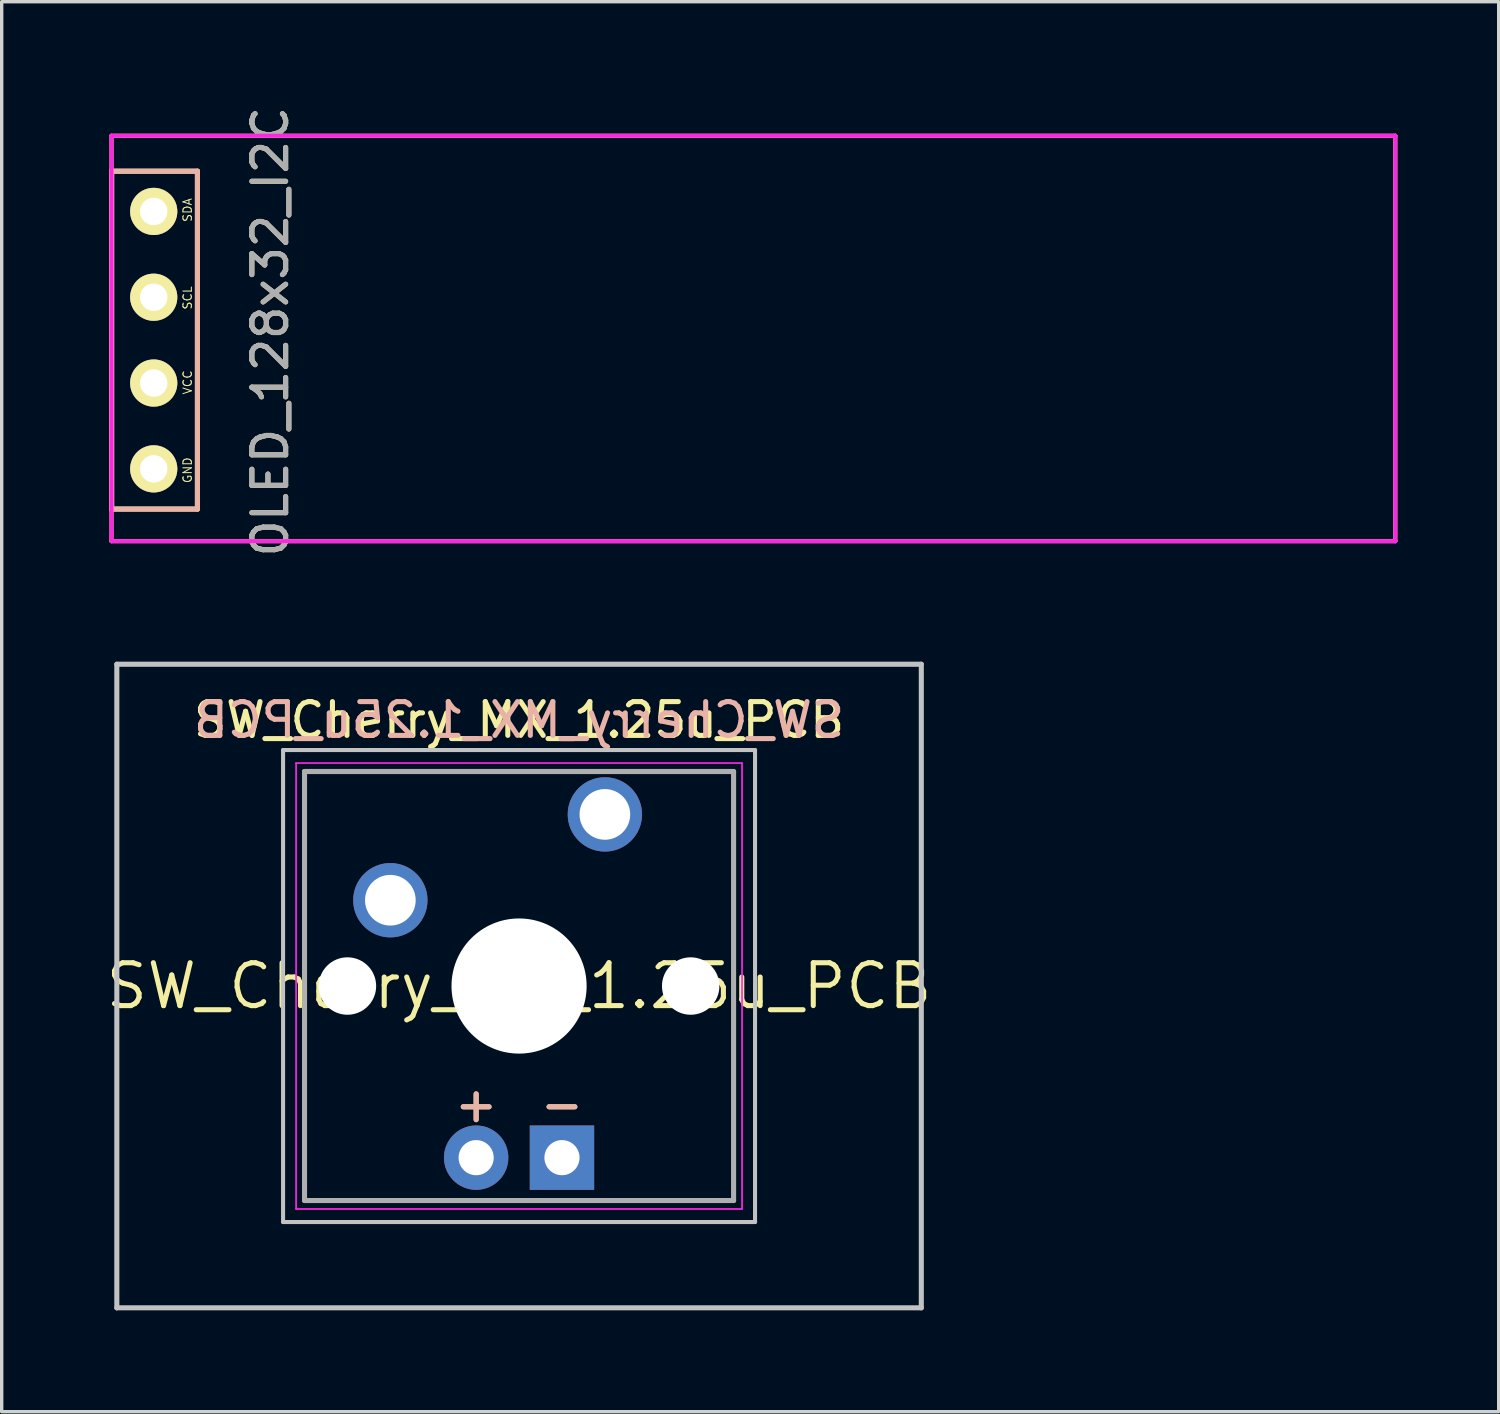
<source format=kicad_pcb>
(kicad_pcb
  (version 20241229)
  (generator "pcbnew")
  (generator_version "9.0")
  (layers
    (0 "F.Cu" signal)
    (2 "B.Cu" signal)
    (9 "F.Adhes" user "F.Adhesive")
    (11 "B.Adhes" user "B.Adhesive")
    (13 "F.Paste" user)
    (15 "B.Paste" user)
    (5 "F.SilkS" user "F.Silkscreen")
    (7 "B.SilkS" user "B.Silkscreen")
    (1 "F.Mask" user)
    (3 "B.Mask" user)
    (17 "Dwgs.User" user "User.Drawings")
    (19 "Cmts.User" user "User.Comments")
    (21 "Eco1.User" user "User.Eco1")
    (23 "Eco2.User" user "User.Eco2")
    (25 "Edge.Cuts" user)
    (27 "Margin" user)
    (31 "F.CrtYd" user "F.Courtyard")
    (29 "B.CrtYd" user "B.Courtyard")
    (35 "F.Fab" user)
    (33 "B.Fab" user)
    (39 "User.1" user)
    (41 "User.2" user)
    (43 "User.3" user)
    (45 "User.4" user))
  (footprint "SW_Cherry_MX_1.25u_PCB"
    (layer "F.Cu")
    (at 12.314 26.136)
    (property "Reference" "SW_Cherry_MX_1.25u_PCB" (at 0 0 0) (layer "F.SilkS") (effects (font (size 1.27 1.27) (thickness 0.15))))
    (attr through_hole)
    (fp_line (start -11.906 -9.525) (end 11.906 -9.525) (stroke (width 0.15) (type solid)) (layer "Dwgs.User"))
    (fp_line (start -11.906 9.525) (end -11.906 -9.525) (stroke (width 0.15) (type solid)) (layer "Dwgs.User"))
    (fp_line (start -11.906 9.525) (end 11.906 9.525) (stroke (width 0.15) (type solid)) (layer "Dwgs.User"))
    (fp_line (start -6.985 -6.985) (end 6.985 -6.985) (stroke (width 0.12) (type solid)) (layer "Dwgs.User"))
    (fp_line (start -6.985 6.985) (end -6.985 -6.985) (stroke (width 0.12) (type solid)) (layer "Dwgs.User"))
    (fp_line (start 6.985 -6.985) (end 6.985 6.985) (stroke (width 0.12) (type solid)) (layer "Dwgs.User"))
    (fp_line (start 6.985 6.985) (end -6.985 6.985) (stroke (width 0.12) (type solid)) (layer "Dwgs.User"))
    (fp_line (start 11.906 -9.525) (end 11.906 9.525) (stroke (width 0.15) (type solid)) (layer "Dwgs.User"))
    (fp_line (start -6.985 -6.985) (end 6.985 -6.985) (stroke (width 0.05) (type solid)) (layer "Eco1.User"))
    (fp_line (start -6.985 6.985) (end -6.985 -6.985) (stroke (width 0.05) (type solid)) (layer "Eco1.User"))
    (fp_line (start 6.985 -6.985) (end 6.985 6.985) (stroke (width 0.05) (type solid)) (layer "Eco1.User"))
    (fp_line (start 6.985 6.985) (end -6.985 6.985) (stroke (width 0.05) (type solid)) (layer "Eco1.User"))
    (fp_line (start -6.6 -6.6) (end 6.6 -6.6) (stroke (width 0.05) (type solid)) (layer "F.CrtYd"))
    (fp_line (start -6.6 6.6) (end -6.6 -6.6) (stroke (width 0.05) (type solid)) (layer "F.CrtYd"))
    (fp_line (start 6.6 -6.6) (end 6.6 6.6) (stroke (width 0.05) (type solid)) (layer "F.CrtYd"))
    (fp_line (start 6.6 6.6) (end -6.6 6.6) (stroke (width 0.05) (type solid)) (layer "F.CrtYd"))
    (fp_line (start -6.35 -6.35) (end 6.35 -6.35) (stroke (width 0.15) (type solid)) (layer "F.Fab"))
    (fp_line (start -6.35 6.35) (end -6.35 -6.35) (stroke (width 0.15) (type solid)) (layer "F.Fab"))
    (fp_line (start 6.35 -6.35) (end 6.35 6.35) (stroke (width 0.15) (type solid)) (layer "F.Fab"))
    (fp_line (start 6.35 6.35) (end -6.35 6.35) (stroke (width 0.15) (type solid)) (layer "F.Fab"))
    (fp_text user "+" (at -1.27 3.5 0) (layer "F.SilkS") (effects (font (size 1 1) (thickness 0.15))))
    (fp_text user "-" (at 1.27 3.5 0) (layer "F.SilkS") (effects (font (size 1 1) (thickness 0.15))))
    (fp_text user "${REFERENCE}" (at 0 -7.874 0) (layer "F.SilkS") (effects (font (size 1 1) (thickness 0.15))))
    (fp_text user "${REFERENCE}" (at 0 -7.874 0) (layer "B.SilkS") (effects (font (size 1 1) (thickness 0.15)) (justify mirror)))
    (fp_text user "+" (at -1.27 3.5 0) (layer "B.SilkS") (effects (font (size 1 1) (thickness 0.15))))
    (fp_text user "-" (at 1.27 3.5 0) (layer "B.SilkS") (effects (font (size 1 1) (thickness 0.15))))
    (pad "" np_thru_hole circle (at -5.08 0) (size 1.7 1.7) (drill 1.7) (layers "*.Cu" "*.Mask"))
    (pad "" np_thru_hole circle (at 0 0) (size 4 4) (drill 4) (layers "*.Cu" "*.Mask"))
    (pad "" np_thru_hole circle (at 5.08 0) (size 1.7 1.7) (drill 1.7) (layers "*.Cu" "*.Mask"))
    (pad "1" thru_hole circle (at 2.54 -5.08) (size 2.2 2.2) (drill 1.5) (layers "*.Cu" "*.Mask"))
    (pad "2" thru_hole circle (at -3.81 -2.54) (size 2.2 2.2) (drill 1.5) (layers "*.Cu" "*.Mask"))
    (pad "3" thru_hole circle (at -1.27 5.08) (size 1.905 1.905) (drill 1.04) (layers "*.Cu" "*.Mask"))
    (pad "4" thru_hole rect (at 1.27 5.08) (size 1.905 1.905) (drill 1.04) (layers "*.Cu" "*.Mask")))
  (footprint "OLED_128x32_I2C"
    (layer "F.Cu")
    (at 0.25 0.968)
    (property "Reference" "OLED_128x32_I2C" (at 4.7 5.8 90) (layer "F.SilkS") (effects (font (size 1 1) (thickness 0.15))))
    (attr through_hole)
    (fp_line (start 0 0) (end 38 0) (stroke (width 0.12) (type solid)) (layer "F.SilkS"))
    (fp_line (start 0 12) (end 0 0) (stroke (width 0.12) (type solid)) (layer "F.SilkS"))
    (fp_line (start 0.004 1.05) (end 2.544 1.05) (stroke (width 0.15) (type solid)) (layer "F.SilkS"))
    (fp_line (start 0.004 11.05) (end 0.004 1.05) (stroke (width 0.15) (type solid)) (layer "F.SilkS"))
    (fp_line (start 2.544 11.05) (end 0.004 11.05) (stroke (width 0.15) (type solid)) (layer "F.SilkS"))
    (fp_line (start 2.544 11.05) (end 2.544 1.05) (stroke (width 0.15) (type solid)) (layer "F.SilkS"))
    (fp_line (start 38 0) (end 38 12) (stroke (width 0.12) (type solid)) (layer "F.SilkS"))
    (fp_line (start 38 12) (end 0 12) (stroke (width 0.12) (type solid)) (layer "F.SilkS"))
    (fp_line (start 0.004 1.05) (end 2.544 1.05) (stroke (width 0.15) (type solid)) (layer "B.SilkS"))
    (fp_line (start 0.004 11.05) (end 0.004 1.05) (stroke (width 0.15) (type solid)) (layer "B.SilkS"))
    (fp_line (start 2.544 11.05) (end 0.004 11.05) (stroke (width 0.15) (type solid)) (layer "B.SilkS"))
    (fp_line (start 2.544 11.05) (end 2.544 1.05) (stroke (width 0.15) (type solid)) (layer "B.SilkS"))
    (fp_line (start 0 0) (end 38 0) (stroke (width 0.12) (type solid)) (layer "F.CrtYd"))
    (fp_line (start 0 12) (end 0 0) (stroke (width 0.12) (type solid)) (layer "F.CrtYd"))
    (fp_line (start 0 12) (end 38 12) (stroke (width 0.12) (type solid)) (layer "F.CrtYd"))
    (fp_line (start 38 0) (end 38 12) (stroke (width 0.12) (type solid)) (layer "F.CrtYd"))
    (fp_text user "VCC" (at 2.25 7.3 90) (layer "F.SilkS") (effects (font (size 0.25 0.25) (thickness 0.03))))
    (fp_text user "SDA" (at 2.25 2.2 90) (layer "F.SilkS") (effects (font (size 0.25 0.25) (thickness 0.03))))
    (fp_text user "SCL" (at 2.25 4.8 90) (layer "F.SilkS") (effects (font (size 0.25 0.25) (thickness 0.03))))
    (fp_text user "GND" (at 2.25 9.9 90) (layer "F.SilkS") (effects (font (size 0.25 0.25) (thickness 0.03))))
    (fp_text user "${REFERENCE}" (at 4.7 5.8 90) (layer "F.Fab") (effects (font (size 1 1) (thickness 0.15))))
    (pad "1" thru_hole circle (at 1.25 9.86 90) (size 1.397 1.397) (drill 0.813) (layers "*.Cu" "*.Mask" "F.SilkS"))
    (pad "2" thru_hole circle (at 1.25 7.32 90) (size 1.397 1.397) (drill 0.813) (layers "*.Cu" "*.Mask" "F.SilkS"))
    (pad "3" thru_hole circle (at 1.25 4.78 90) (size 1.397 1.397) (drill 0.813) (layers "*.Cu" "*.Mask" "F.SilkS"))
    (pad "4" thru_hole circle (at 1.25 2.24 90) (size 1.397 1.397) (drill 0.813) (layers "*.Cu" "*.Mask" "F.SilkS")))
  (gr_rect
    (start -3 -3)
    (end 41.31 38.736)
    (stroke (width 0.1) (type default))
    (fill no)
    (layer "Edge.Cuts")))
</source>
